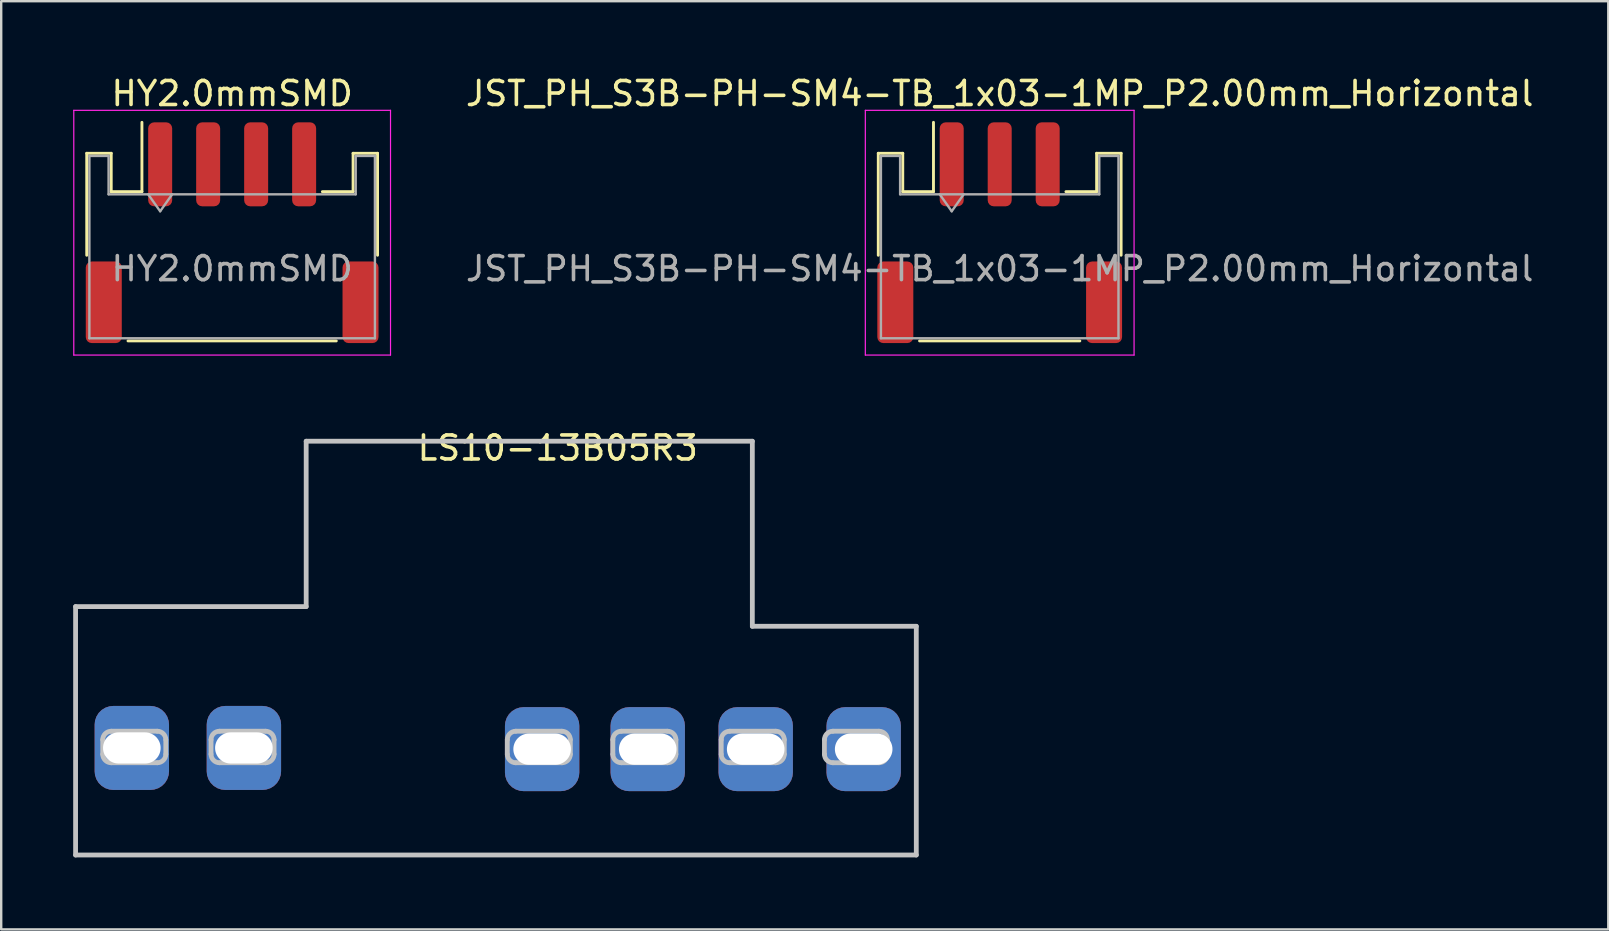
<source format=kicad_pcb>
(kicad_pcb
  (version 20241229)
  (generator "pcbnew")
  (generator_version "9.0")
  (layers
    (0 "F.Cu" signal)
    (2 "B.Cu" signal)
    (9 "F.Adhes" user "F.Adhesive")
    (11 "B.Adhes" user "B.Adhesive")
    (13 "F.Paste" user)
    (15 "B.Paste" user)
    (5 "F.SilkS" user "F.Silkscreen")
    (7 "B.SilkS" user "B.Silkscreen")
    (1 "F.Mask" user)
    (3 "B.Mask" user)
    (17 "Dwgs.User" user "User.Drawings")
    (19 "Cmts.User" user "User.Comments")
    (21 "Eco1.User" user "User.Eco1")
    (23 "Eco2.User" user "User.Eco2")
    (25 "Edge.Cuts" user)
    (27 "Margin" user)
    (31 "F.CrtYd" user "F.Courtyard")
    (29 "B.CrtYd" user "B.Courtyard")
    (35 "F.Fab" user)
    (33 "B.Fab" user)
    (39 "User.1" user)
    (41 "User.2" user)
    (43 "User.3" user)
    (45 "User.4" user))
  (footprint "LS10-13B05R3"
    (layer "F.Cu")
    (at 20.194 15.121)
    (property "Reference" "LS10-13B05R3" (at 0 0.5 0) (layer "F.SilkS") (effects (font (size 1 1) (thickness 0.15))))
    (attr through_hole)
    (fp_line (start -20.094 17.462) (end 14.943 17.462) (stroke (width 0.2) (type solid)) (layer "Dwgs.User"))
    (fp_line (start -20.094 7.109) (end -20.094 17.462) (stroke (width 0.2) (type solid)) (layer "Dwgs.User"))
    (fp_line (start -10.484 7.109) (end -20.094 7.109) (stroke (width 0.2) (type solid)) (layer "Dwgs.User"))
    (fp_line (start -10.484 0.217) (end -10.484 7.109) (stroke (width 0.2) (type solid)) (layer "Dwgs.User"))
    (fp_line (start 8.11 7.93) (end 8.11 0.217) (stroke (width 0.2) (type solid)) (layer "Dwgs.User"))
    (fp_line (start 8.11 0.217) (end -10.484 0.217) (stroke (width 0.2) (type solid)) (layer "Dwgs.User"))
    (fp_line (start 14.943 17.462) (end 14.943 7.93) (stroke (width 0.2) (type solid)) (layer "Dwgs.User"))
    (fp_line (start 14.943 7.93) (end 8.11 7.93) (stroke (width 0.2) (type solid)) (layer "Dwgs.User"))
    (fp_curve (pts (xy -18.962 12.657) (xy -18.962 12.462) (xy -18.803 12.303) (xy -18.609 12.303)) (stroke (width 0.2) (type solid)) (layer "Dwgs.User"))
    (fp_curve (pts (xy -18.962 13.263) (xy -18.962 13.263) (xy -18.962 12.657) (xy -18.962 12.657)) (stroke (width 0.2) (type solid)) (layer "Dwgs.User"))
    (fp_curve (pts (xy -18.609 12.303) (xy -18.609 12.303) (xy -16.688 12.303) (xy -16.688 12.303)) (stroke (width 0.2) (type solid)) (layer "Dwgs.User"))
    (fp_curve (pts (xy -18.609 13.617) (xy -18.803 13.617) (xy -18.962 13.457) (xy -18.962 13.263)) (stroke (width 0.2) (type solid)) (layer "Dwgs.User"))
    (fp_curve (pts (xy -16.688 12.303) (xy -16.494 12.303) (xy -16.334 12.462) (xy -16.334 12.657)) (stroke (width 0.2) (type solid)) (layer "Dwgs.User"))
    (fp_curve (pts (xy -16.688 13.617) (xy -16.688 13.617) (xy -18.609 13.617) (xy -18.609 13.617)) (stroke (width 0.2) (type solid)) (layer "Dwgs.User"))
    (fp_curve (pts (xy -16.334 12.657) (xy -16.334 12.657) (xy -16.334 13.263) (xy -16.334 13.263)) (stroke (width 0.2) (type solid)) (layer "Dwgs.User"))
    (fp_curve (pts (xy -16.334 13.263) (xy -16.334 13.457) (xy -16.494 13.617) (xy -16.688 13.617)) (stroke (width 0.2) (type solid)) (layer "Dwgs.User"))
    (fp_curve (pts (xy -14.449 13.263) (xy -14.449 13.263) (xy -14.449 12.657) (xy -14.449 12.657)) (stroke (width 0.2) (type solid)) (layer "Dwgs.User"))
    (fp_curve (pts (xy -14.449 12.657) (xy -14.449 12.462) (xy -14.29 12.303) (xy -14.096 12.303)) (stroke (width 0.2) (type solid)) (layer "Dwgs.User"))
    (fp_curve (pts (xy -14.096 12.303) (xy -14.096 12.303) (xy -12.175 12.303) (xy -12.175 12.303)) (stroke (width 0.2) (type solid)) (layer "Dwgs.User"))
    (fp_curve (pts (xy -14.096 13.617) (xy -14.29 13.617) (xy -14.449 13.457) (xy -14.449 13.263)) (stroke (width 0.2) (type solid)) (layer "Dwgs.User"))
    (fp_curve (pts (xy -12.175 12.303) (xy -11.981 12.303) (xy -11.822 12.462) (xy -11.822 12.657)) (stroke (width 0.2) (type solid)) (layer "Dwgs.User"))
    (fp_curve (pts (xy -12.175 13.617) (xy -12.175 13.617) (xy -14.096 13.617) (xy -14.096 13.617)) (stroke (width 0.2) (type solid)) (layer "Dwgs.User"))
    (fp_curve (pts (xy -11.822 12.657) (xy -11.822 12.657) (xy -11.822 13.263) (xy -11.822 13.263)) (stroke (width 0.2) (type solid)) (layer "Dwgs.User"))
    (fp_curve (pts (xy -11.822 13.263) (xy -11.822 13.457) (xy -11.981 13.617) (xy -12.175 13.617)) (stroke (width 0.2) (type solid)) (layer "Dwgs.User"))
    (fp_curve (pts (xy -2.102 12.657) (xy -2.102 12.462) (xy -1.943 12.303) (xy -1.749 12.303)) (stroke (width 0.2) (type solid)) (layer "Dwgs.User"))
    (fp_curve (pts (xy -2.102 13.263) (xy -2.102 13.263) (xy -2.102 12.657) (xy -2.102 12.657)) (stroke (width 0.2) (type solid)) (layer "Dwgs.User"))
    (fp_curve (pts (xy -1.749 12.303) (xy -1.749 12.303) (xy 0.172 12.303) (xy 0.172 12.303)) (stroke (width 0.2) (type solid)) (layer "Dwgs.User"))
    (fp_curve (pts (xy -1.749 13.617) (xy -1.943 13.617) (xy -2.102 13.457) (xy -2.102 13.263)) (stroke (width 0.2) (type solid)) (layer "Dwgs.User"))
    (fp_curve (pts (xy 0.172 13.617) (xy 0.172 13.617) (xy -1.749 13.617) (xy -1.749 13.617)) (stroke (width 0.2) (type solid)) (layer "Dwgs.User"))
    (fp_curve (pts (xy 0.172 12.303) (xy 0.366 12.303) (xy 0.525 12.462) (xy 0.525 12.657)) (stroke (width 0.2) (type solid)) (layer "Dwgs.User"))
    (fp_curve (pts (xy 0.525 12.657) (xy 0.525 12.657) (xy 0.525 13.263) (xy 0.525 13.263)) (stroke (width 0.2) (type solid)) (layer "Dwgs.User"))
    (fp_curve (pts (xy 0.525 13.263) (xy 0.525 13.457) (xy 0.366 13.617) (xy 0.172 13.617)) (stroke (width 0.2) (type solid)) (layer "Dwgs.User"))
    (fp_curve (pts (xy 2.297 12.657) (xy 2.297 12.462) (xy 2.456 12.303) (xy 2.65 12.303)) (stroke (width 0.2) (type solid)) (layer "Dwgs.User"))
    (fp_curve (pts (xy 2.297 13.263) (xy 2.297 13.263) (xy 2.297 12.657) (xy 2.297 12.657)) (stroke (width 0.2) (type solid)) (layer "Dwgs.User"))
    (fp_curve (pts (xy 2.65 12.303) (xy 2.65 12.303) (xy 4.571 12.303) (xy 4.571 12.303)) (stroke (width 0.2) (type solid)) (layer "Dwgs.User"))
    (fp_curve (pts (xy 2.65 13.617) (xy 2.456 13.617) (xy 2.297 13.457) (xy 2.297 13.263)) (stroke (width 0.2) (type solid)) (layer "Dwgs.User"))
    (fp_curve (pts (xy 4.571 12.303) (xy 4.765 12.303) (xy 4.925 12.462) (xy 4.925 12.657)) (stroke (width 0.2) (type solid)) (layer "Dwgs.User"))
    (fp_curve (pts (xy 4.571 13.617) (xy 4.571 13.617) (xy 2.65 13.617) (xy 2.65 13.617)) (stroke (width 0.2) (type solid)) (layer "Dwgs.User"))
    (fp_curve (pts (xy 4.925 13.263) (xy 4.925 13.457) (xy 4.765 13.617) (xy 4.571 13.617)) (stroke (width 0.2) (type solid)) (layer "Dwgs.User"))
    (fp_curve (pts (xy 4.925 12.657) (xy 4.925 12.657) (xy 4.925 13.263) (xy 4.925 13.263)) (stroke (width 0.2) (type solid)) (layer "Dwgs.User"))
    (fp_curve (pts (xy 6.813 13.263) (xy 6.813 13.263) (xy 6.813 12.657) (xy 6.813 12.657)) (stroke (width 0.2) (type solid)) (layer "Dwgs.User"))
    (fp_curve (pts (xy 6.813 12.657) (xy 6.813 12.462) (xy 6.972 12.303) (xy 7.167 12.303)) (stroke (width 0.2) (type solid)) (layer "Dwgs.User"))
    (fp_curve (pts (xy 7.167 12.303) (xy 7.167 12.303) (xy 9.087 12.303) (xy 9.087 12.303)) (stroke (width 0.2) (type solid)) (layer "Dwgs.User"))
    (fp_curve (pts (xy 7.167 13.617) (xy 6.972 13.617) (xy 6.813 13.457) (xy 6.813 13.263)) (stroke (width 0.2) (type solid)) (layer "Dwgs.User"))
    (fp_curve (pts (xy 9.087 12.303) (xy 9.282 12.303) (xy 9.441 12.462) (xy 9.441 12.657)) (stroke (width 0.2) (type solid)) (layer "Dwgs.User"))
    (fp_curve (pts (xy 9.087 13.617) (xy 9.087 13.617) (xy 7.167 13.617) (xy 7.167 13.617)) (stroke (width 0.2) (type solid)) (layer "Dwgs.User"))
    (fp_curve (pts (xy 9.441 12.657) (xy 9.441 12.657) (xy 9.441 13.263) (xy 9.441 13.263)) (stroke (width 0.2) (type solid)) (layer "Dwgs.User"))
    (fp_curve (pts (xy 9.441 13.263) (xy 9.441 13.457) (xy 9.282 13.617) (xy 9.087 13.617)) (stroke (width 0.2) (type solid)) (layer "Dwgs.User"))
    (fp_curve (pts (xy 11.115 12.657) (xy 11.115 12.462) (xy 11.274 12.303) (xy 11.468 12.303)) (stroke (width 0.2) (type solid)) (layer "Dwgs.User"))
    (fp_curve (pts (xy 11.115 13.263) (xy 11.115 13.263) (xy 11.115 12.657) (xy 11.115 12.657)) (stroke (width 0.2) (type solid)) (layer "Dwgs.User"))
    (fp_curve (pts (xy 11.468 12.303) (xy 11.468 12.303) (xy 13.389 12.303) (xy 13.389 12.303)) (stroke (width 0.2) (type solid)) (layer "Dwgs.User"))
    (fp_curve (pts (xy 11.468 13.617) (xy 11.274 13.617) (xy 11.115 13.457) (xy 11.115 13.263)) (stroke (width 0.2) (type solid)) (layer "Dwgs.User"))
    (fp_curve (pts (xy 13.389 12.303) (xy 13.583 12.303) (xy 13.742 12.462) (xy 13.742 12.657)) (stroke (width 0.2) (type solid)) (layer "Dwgs.User"))
    (fp_curve (pts (xy 13.389 13.617) (xy 13.389 13.617) (xy 11.468 13.617) (xy 11.468 13.617)) (stroke (width 0.2) (type solid)) (layer "Dwgs.User"))
    (fp_curve (pts (xy 13.742 12.657) (xy 13.742 12.657) (xy 13.742 13.263) (xy 13.742 13.263)) (stroke (width 0.2) (type solid)) (layer "Dwgs.User"))
    (fp_curve (pts (xy 13.742 13.263) (xy 13.742 13.457) (xy 13.583 13.617) (xy 13.389 13.617)) (stroke (width 0.2) (type solid)) (layer "Dwgs.User"))
    (pad "1" thru_hole roundrect (at 12.75 13.05) (size 3.1 3.5) (drill oval 2.4 1.3) (layers "*.Cu" "*.Mask") (roundrect_rratio 0.25))
    (pad "2" thru_hole roundrect (at 8.25 13.05) (size 3.1 3.5) (drill oval 2.4 1.3) (layers "*.Cu" "*.Mask") (roundrect_rratio 0.25))
    (pad "3" thru_hole roundrect (at 3.75 13.05) (size 3.1 3.5) (drill oval 2.4 1.3) (layers "*.Cu" "*.Mask") (roundrect_rratio 0.25))
    (pad "4" thru_hole roundrect (at -0.65 13.05) (size 3.1 3.5) (drill oval 2.4 1.3) (layers "*.Cu" "*.Mask") (roundrect_rratio 0.25))
    (pad "5" thru_hole roundrect (at -13.08 13) (size 3.1 3.5) (drill oval 2.4 1.3) (layers "*.Cu" "*.Mask") (roundrect_rratio 0.25))
    (pad "6" thru_hole roundrect (at -17.75 13) (size 3.1 3.5) (drill oval 2.4 1.3) (layers "*.Cu" "*.Mask") (roundrect_rratio 0.25)))
  (footprint "JST_PH_S3B-PH-SM4-TB_1x03-1MP_P2.00mm_Horizontal"
    (layer "F.Cu")
    (at 38.613 6.648)
    (property "Reference" "JST_PH_S3B-PH-SM4-TB_1x03-1MP_P2.00mm_Horizontal" (at 0 -5.8 0) (layer "F.SilkS") (effects (font (size 1 1) (thickness 0.15))))
    (attr smd)
    (fp_line (start -5.06 -3.31) (end -4.04 -3.31) (stroke (width 0.12) (type solid)) (layer "F.SilkS"))
    (fp_line (start -5.06 0.94) (end -5.06 -3.31) (stroke (width 0.12) (type solid)) (layer "F.SilkS"))
    (fp_line (start -4.04 -3.31) (end -4.04 -1.71) (stroke (width 0.12) (type solid)) (layer "F.SilkS"))
    (fp_line (start -4.04 -1.71) (end -2.76 -1.71) (stroke (width 0.12) (type solid)) (layer "F.SilkS"))
    (fp_line (start -3.34 4.51) (end 3.34 4.51) (stroke (width 0.12) (type solid)) (layer "F.SilkS"))
    (fp_line (start -2.76 -1.71) (end -2.76 -4.6) (stroke (width 0.12) (type solid)) (layer "F.SilkS"))
    (fp_line (start 4.04 -3.31) (end 4.04 -1.71) (stroke (width 0.12) (type solid)) (layer "F.SilkS"))
    (fp_line (start 4.04 -1.71) (end 2.76 -1.71) (stroke (width 0.12) (type solid)) (layer "F.SilkS"))
    (fp_line (start 5.06 -3.31) (end 4.04 -3.31) (stroke (width 0.12) (type solid)) (layer "F.SilkS"))
    (fp_line (start 5.06 0.94) (end 5.06 -3.31) (stroke (width 0.12) (type solid)) (layer "F.SilkS"))
    (fp_line (start -5.6 -5.1) (end -5.6 5.1) (stroke (width 0.05) (type solid)) (layer "F.CrtYd"))
    (fp_line (start -5.6 5.1) (end 5.6 5.1) (stroke (width 0.05) (type solid)) (layer "F.CrtYd"))
    (fp_line (start 5.6 -5.1) (end -5.6 -5.1) (stroke (width 0.05) (type solid)) (layer "F.CrtYd"))
    (fp_line (start 5.6 5.1) (end 5.6 -5.1) (stroke (width 0.05) (type solid)) (layer "F.CrtYd"))
    (fp_line (start -4.95 -3.2) (end -4.95 4.4) (stroke (width 0.1) (type solid)) (layer "F.Fab"))
    (fp_line (start -4.95 -3.2) (end -4.15 -3.2) (stroke (width 0.1) (type solid)) (layer "F.Fab"))
    (fp_line (start -4.95 4.4) (end 4.95 4.4) (stroke (width 0.1) (type solid)) (layer "F.Fab"))
    (fp_line (start -4.15 -3.2) (end -4.15 -1.6) (stroke (width 0.1) (type solid)) (layer "F.Fab"))
    (fp_line (start -4.15 -1.6) (end 4.15 -1.6) (stroke (width 0.1) (type solid)) (layer "F.Fab"))
    (fp_line (start -2.5 -1.6) (end -2 -0.893) (stroke (width 0.1) (type solid)) (layer "F.Fab"))
    (fp_line (start -2 -0.893) (end -1.5 -1.6) (stroke (width 0.1) (type solid)) (layer "F.Fab"))
    (fp_line (start 4.15 -3.2) (end 4.95 -3.2) (stroke (width 0.1) (type solid)) (layer "F.Fab"))
    (fp_line (start 4.15 -1.6) (end 4.15 -3.2) (stroke (width 0.1) (type solid)) (layer "F.Fab"))
    (fp_line (start 4.95 -3.2) (end 4.95 4.4) (stroke (width 0.1) (type solid)) (layer "F.Fab"))
    (fp_text user "${REFERENCE}" (at 0 1.5 0) (layer "F.Fab") (effects (font (size 1 1) (thickness 0.15))))
    (pad "1" smd roundrect (at -2 -2.85) (size 1 3.5) (layers "F.Cu" "F.Mask" "F.Paste") (roundrect_rratio 0.25))
    (pad "2" smd roundrect (at 0 -2.85) (size 1 3.5) (layers "F.Cu" "F.Mask" "F.Paste") (roundrect_rratio 0.25))
    (pad "3" smd roundrect (at 2 -2.85) (size 1 3.5) (layers "F.Cu" "F.Mask" "F.Paste") (roundrect_rratio 0.25))
    (pad "MP" smd roundrect (at -4.35 2.9) (size 1.5 3.4) (layers "F.Cu" "F.Mask" "F.Paste") (roundrect_rratio 0.167))
    (pad "MP" smd roundrect (at 4.35 2.9) (size 1.5 3.4) (layers "F.Cu" "F.Mask" "F.Paste") (roundrect_rratio 0.167)))
  (footprint "HY2.0mmSMD"
    (layer "F.Cu")
    (at 6.625 6.648)
    (property "Reference" "HY2.0mmSMD" (at 0 -5.8 0) (layer "F.SilkS") (effects (font (size 1 1) (thickness 0.15))))
    (attr smd)
    (fp_line (start -6.06 -3.31) (end -5.04 -3.31) (stroke (width 0.12) (type solid)) (layer "F.SilkS"))
    (fp_line (start -6.06 0.94) (end -6.06 -3.31) (stroke (width 0.12) (type solid)) (layer "F.SilkS"))
    (fp_line (start -5.04 -3.31) (end -5.04 -1.71) (stroke (width 0.12) (type solid)) (layer "F.SilkS"))
    (fp_line (start -5.04 -1.71) (end -3.76 -1.71) (stroke (width 0.12) (type solid)) (layer "F.SilkS"))
    (fp_line (start -4.34 4.51) (end 4.34 4.51) (stroke (width 0.12) (type solid)) (layer "F.SilkS"))
    (fp_line (start -3.76 -1.71) (end -3.76 -4.6) (stroke (width 0.12) (type solid)) (layer "F.SilkS"))
    (fp_line (start 5.04 -3.31) (end 5.04 -1.71) (stroke (width 0.12) (type solid)) (layer "F.SilkS"))
    (fp_line (start 5.04 -1.71) (end 3.76 -1.71) (stroke (width 0.12) (type solid)) (layer "F.SilkS"))
    (fp_line (start 6.06 -3.31) (end 5.04 -3.31) (stroke (width 0.12) (type solid)) (layer "F.SilkS"))
    (fp_line (start 6.06 0.94) (end 6.06 -3.31) (stroke (width 0.12) (type solid)) (layer "F.SilkS"))
    (fp_line (start -6.6 -5.1) (end -6.6 5.1) (stroke (width 0.05) (type solid)) (layer "F.CrtYd"))
    (fp_line (start -6.6 5.1) (end 6.6 5.1) (stroke (width 0.05) (type solid)) (layer "F.CrtYd"))
    (fp_line (start 6.6 -5.1) (end -6.6 -5.1) (stroke (width 0.05) (type solid)) (layer "F.CrtYd"))
    (fp_line (start 6.6 5.1) (end 6.6 -5.1) (stroke (width 0.05) (type solid)) (layer "F.CrtYd"))
    (fp_line (start -5.95 -3.2) (end -5.95 4.4) (stroke (width 0.1) (type solid)) (layer "F.Fab"))
    (fp_line (start -5.95 -3.2) (end -5.15 -3.2) (stroke (width 0.1) (type solid)) (layer "F.Fab"))
    (fp_line (start -5.95 4.4) (end 5.95 4.4) (stroke (width 0.1) (type solid)) (layer "F.Fab"))
    (fp_line (start -5.15 -3.2) (end -5.15 -1.6) (stroke (width 0.1) (type solid)) (layer "F.Fab"))
    (fp_line (start -5.15 -1.6) (end 5.15 -1.6) (stroke (width 0.1) (type solid)) (layer "F.Fab"))
    (fp_line (start -3.5 -1.6) (end -3 -0.893) (stroke (width 0.1) (type solid)) (layer "F.Fab"))
    (fp_line (start -3 -0.893) (end -2.5 -1.6) (stroke (width 0.1) (type solid)) (layer "F.Fab"))
    (fp_line (start 5.15 -3.2) (end 5.95 -3.2) (stroke (width 0.1) (type solid)) (layer "F.Fab"))
    (fp_line (start 5.15 -1.6) (end 5.15 -3.2) (stroke (width 0.1) (type solid)) (layer "F.Fab"))
    (fp_line (start 5.95 -3.2) (end 5.95 4.4) (stroke (width 0.1) (type solid)) (layer "F.Fab"))
    (fp_text user "${REFERENCE}" (at 0 1.5 0) (layer "F.Fab") (effects (font (size 1 1) (thickness 0.15))))
    (pad "1" smd roundrect (at -3 -2.85) (size 1 3.5) (layers "F.Cu" "F.Mask" "F.Paste") (roundrect_rratio 0.25))
    (pad "2" smd roundrect (at -1 -2.85) (size 1 3.5) (layers "F.Cu" "F.Mask" "F.Paste") (roundrect_rratio 0.25))
    (pad "3" smd roundrect (at 1 -2.85) (size 1 3.5) (layers "F.Cu" "F.Mask" "F.Paste") (roundrect_rratio 0.25))
    (pad "4" smd roundrect (at 3 -2.85) (size 1 3.5) (layers "F.Cu" "F.Mask" "F.Paste") (roundrect_rratio 0.25))
    (pad "MP" smd roundrect (at -5.35 2.9) (size 1.5 3.4) (layers "F.Cu" "F.Mask" "F.Paste") (roundrect_rratio 0.167))
    (pad "MP" smd roundrect (at 5.35 2.9) (size 1.5 3.4) (layers "F.Cu" "F.Mask" "F.Paste") (roundrect_rratio 0.167)))
  (gr_rect
    (start -3 -3)
    (end 63.976 35.683)
    (stroke (width 0.1) (type default))
    (fill no)
    (layer "Edge.Cuts")))
</source>
